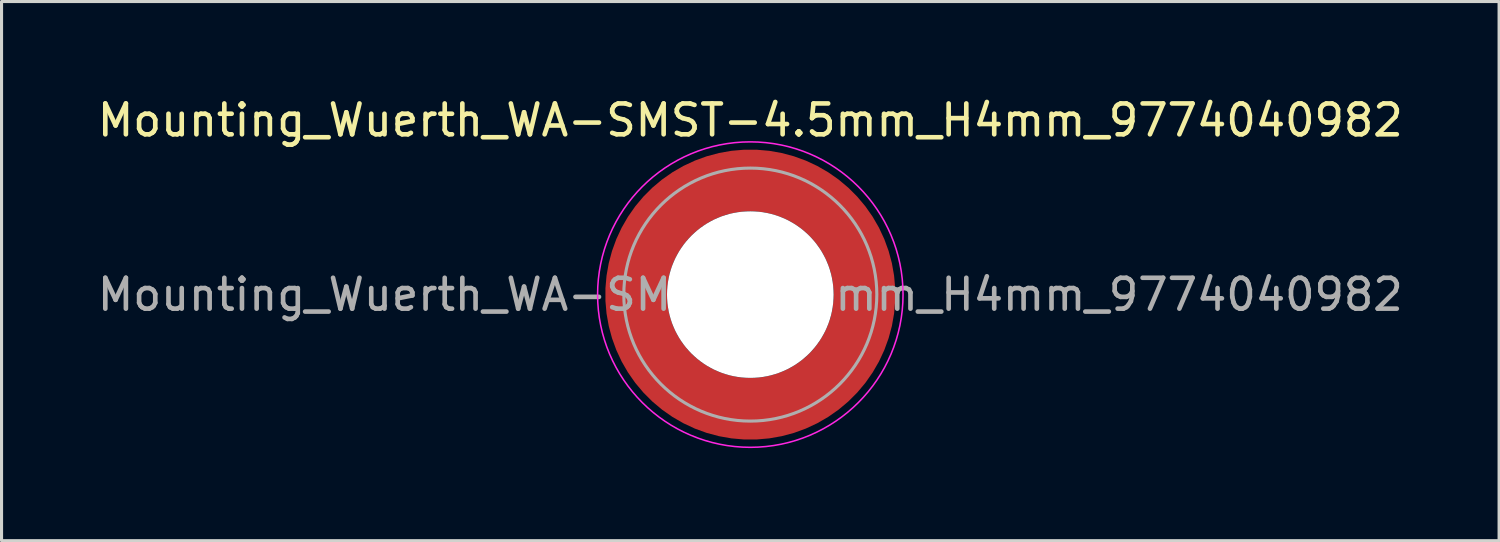
<source format=kicad_pcb>
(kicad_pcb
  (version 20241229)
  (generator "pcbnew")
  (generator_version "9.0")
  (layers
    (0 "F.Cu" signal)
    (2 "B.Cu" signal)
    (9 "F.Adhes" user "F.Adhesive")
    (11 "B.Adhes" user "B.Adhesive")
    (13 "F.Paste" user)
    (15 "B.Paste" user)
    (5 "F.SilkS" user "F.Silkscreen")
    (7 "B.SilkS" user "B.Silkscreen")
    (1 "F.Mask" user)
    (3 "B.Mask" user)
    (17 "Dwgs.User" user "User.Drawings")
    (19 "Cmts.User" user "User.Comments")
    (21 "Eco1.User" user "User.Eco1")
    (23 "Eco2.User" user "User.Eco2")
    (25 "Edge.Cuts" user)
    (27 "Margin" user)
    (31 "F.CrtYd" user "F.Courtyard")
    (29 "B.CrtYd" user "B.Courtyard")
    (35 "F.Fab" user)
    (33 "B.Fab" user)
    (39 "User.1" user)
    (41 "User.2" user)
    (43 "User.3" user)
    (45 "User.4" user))
  (footprint "Mounting_Wuerth_WA-SMST-4.5mm_H4mm_9774040982"
    (layer "F.Cu")
    (at 21.268 6.498)
    (property "Reference" "Mounting_Wuerth_WA-SMST-4.5mm_H4mm_9774040982" (at 0 -5.65 0) (layer "F.SilkS") (effects (font (size 1 1) (thickness 0.15))))
    (property "Mouser Part no." "" (at 0 0 0) (layer "F.Fab") (effects (font (size 1.27 1.27) (thickness 0.15))))
    (property "Mouser link" "" (at 0 0 0) (layer "F.Fab") (effects (font (size 1.27 1.27) (thickness 0.15))))
    (attr smd)
    (fp_circle (center 0 0) (end 4.95 0) (stroke (width 0.05) (type solid)) (fill no) (layer "F.CrtYd"))
    (fp_circle (center 0 0) (end 4.1 0) (stroke (width 0.1) (type solid)) (fill no) (layer "F.Fab"))
    (fp_text user "${REFERENCE}" (at 0 0 0) (layer "F.Fab") (effects (font (size 1 1) (thickness 0.15))))
    (pad "" smd custom (at -2.607 -2.607) (size 1.495 1.495) (layers "F.Paste") (options (anchor circle)) (primitives (gr_arc (start -0.188183 2.107456) (mid 0.598928 0.599619) (end 2.106494 -0.188011) (width 0.2)) (gr_arc (start -0.289416 2.107456) (mid 0.528508 0.529033) (end 2.106724 -0.28929) (width 0.2)) (gr_arc (start -0.390547 2.107456) (mid 0.457087 0.459449) (end 2.104161 -0.389996) (width 0.2)) (gr_arc (start -0.491585 2.107456) (mid 0.386415 0.389116) (end 2.103685 -0.490974) (width 0.2)) (gr_arc (start -0.59254 2.107456) (mid 0.31649 0.318035) (end 2.105297 -0.592202) (width 0.2)) (gr_arc (start -0.693419 2.107456) (mid 0.245252 0.248268) (end 2.103239 -0.692777) (width 0.2)) (gr_arc (start -0.794229 2.107456) (mid 0.174636 0.177878) (end 2.102921 -0.793559) (width 0.2)) (gr_arc (start -0.894975 2.107456) (mid 0.104643 0.106866) (end 2.104343 -0.894529) (width 0.2)) (gr_arc (start -0.995664 2.107456) (mid 0.033026 0.037479) (end 2.101219 -0.994793) (width 0.2)) (gr_arc (start -1.0963 2.107456) (mid -0.035789 -0.034714) (end 2.105949 -1.096096) (width 0.2)) (gr_arc (start -1.196886 2.107456) (mid -0.106351 -0.105157) (end 2.105783 -1.196666) (width 0.2)) (gr_arc (start -1.297427 2.107456) (mid -0.176416 -0.176097) (end 2.107009 -1.29737) (width 0.2)) (gr_arc (start -1.397927 2.107456) (mid -0.248476 -0.245042) (end 2.102638 -1.397323) (width 0.2)) (gr_arc (start -1.498388 2.107456) (mid -0.317612 -0.316913) (end 2.106475 -1.498268) (width 0.2)) (gr_arc (start -1.598813 2.107456) (mid -0.388865 -0.386665) (end 2.104366 -1.598444) (width 0.2)) (gr_arc (start -1.699204 2.107456) (mid -0.459747 -0.456787) (end 2.103299 -1.698719) (width 0.2)) (gr_arc (start -1.799565 2.107456) (mid -0.530257 -0.527283) (end 2.103277 -1.799089) (width 0.2)) (gr_arc (start -1.899896 2.107456) (mid -0.600396 -0.59815) (end 2.104299 -1.899545) (width 0.2)) (gr_arc (start -1.899896 2.107456) (mid -0.600396 -0.59815) (end 2.104299 -1.899545) (width 0.2)) (gr_line (start 2.107 -0.188) (end 2.107 -1.9) (width 0.2)) (gr_line (start -0.188 2.107) (end -1.9 2.107) (width 0.2))))
    (pad "" smd custom (at -2.607 2.607) (size 1.495 1.495) (layers "F.Paste") (options (anchor circle)) (primitives (gr_arc (start 2.107456 0.188183) (mid 0.599619 -0.598928) (end -0.188011 -2.106494) (width 0.2)) (gr_arc (start 2.107456 0.289416) (mid 0.529033 -0.528508) (end -0.28929 -2.106724) (width 0.2)) (gr_arc (start 2.107456 0.390547) (mid 0.459449 -0.457087) (end -0.389996 -2.104161) (width 0.2)) (gr_arc (start 2.107456 0.491585) (mid 0.389116 -0.386415) (end -0.490974 -2.103685) (width 0.2)) (gr_arc (start 2.107456 0.59254) (mid 0.318035 -0.31649) (end -0.592202 -2.105297) (width 0.2)) (gr_arc (start 2.107456 0.693419) (mid 0.248268 -0.245252) (end -0.692777 -2.103239) (width 0.2)) (gr_arc (start 2.107456 0.794229) (mid 0.177878 -0.174636) (end -0.793559 -2.102921) (width 0.2)) (gr_arc (start 2.107456 0.894975) (mid 0.106866 -0.104643) (end -0.894529 -2.104343) (width 0.2)) (gr_arc (start 2.107456 0.995664) (mid 0.037479 -0.033026) (end -0.994793 -2.101219) (width 0.2)) (gr_arc (start 2.107456 1.0963) (mid -0.034714 0.035789) (end -1.096096 -2.105949) (width 0.2)) (gr_arc (start 2.107456 1.196886) (mid -0.105157 0.106351) (end -1.196666 -2.105783) (width 0.2)) (gr_arc (start 2.107456 1.297427) (mid -0.176097 0.176416) (end -1.29737 -2.107009) (width 0.2)) (gr_arc (start 2.107456 1.397927) (mid -0.245042 0.248476) (end -1.397323 -2.102638) (width 0.2)) (gr_arc (start 2.107456 1.498388) (mid -0.316913 0.317612) (end -1.498268 -2.106475) (width 0.2)) (gr_arc (start 2.107456 1.598813) (mid -0.386665 0.388865) (end -1.598444 -2.104366) (width 0.2)) (gr_arc (start 2.107456 1.699204) (mid -0.456787 0.459747) (end -1.698719 -2.103299) (width 0.2)) (gr_arc (start 2.107456 1.799565) (mid -0.527283 0.530257) (end -1.799089 -2.103277) (width 0.2)) (gr_arc (start 2.107456 1.899896) (mid -0.59815 0.600396) (end -1.899545 -2.104299) (width 0.2)) (gr_arc (start 2.107456 1.899896) (mid -0.59815 0.600396) (end -1.899545 -2.104299) (width 0.2)) (gr_line (start -0.188 -2.107) (end -1.9 -2.107) (width 0.2)) (gr_line (start 2.107 0.188) (end 2.107 1.9) (width 0.2))))
    (pad "" np_thru_hole circle (at 0 0) (size 5.4 5.4) (drill 5.4) (layers "*.Cu" "*.Mask"))
    (pad "" smd custom (at 2.607 -2.607) (size 1.495 1.495) (layers "F.Paste") (options (anchor circle)) (primitives (gr_arc (start -2.107456 -0.188183) (mid -0.599619 0.598928) (end 0.188011 2.106494) (width 0.2)) (gr_arc (start -2.107456 -0.289416) (mid -0.529033 0.528508) (end 0.28929 2.106724) (width 0.2)) (gr_arc (start -2.107456 -0.390547) (mid -0.459449 0.457087) (end 0.389996 2.104161) (width 0.2)) (gr_arc (start -2.107456 -0.491585) (mid -0.389116 0.386415) (end 0.490974 2.103685) (width 0.2)) (gr_arc (start -2.107456 -0.59254) (mid -0.318035 0.31649) (end 0.592202 2.105297) (width 0.2)) (gr_arc (start -2.107456 -0.693419) (mid -0.248268 0.245252) (end 0.692777 2.103239) (width 0.2)) (gr_arc (start -2.107456 -0.794229) (mid -0.177878 0.174636) (end 0.793559 2.102921) (width 0.2)) (gr_arc (start -2.107456 -0.894975) (mid -0.106866 0.104643) (end 0.894529 2.104343) (width 0.2)) (gr_arc (start -2.107456 -0.995664) (mid -0.037479 0.033026) (end 0.994793 2.101219) (width 0.2)) (gr_arc (start -2.107456 -1.0963) (mid 0.034714 -0.035789) (end 1.096096 2.105949) (width 0.2)) (gr_arc (start -2.107456 -1.196886) (mid 0.105157 -0.106351) (end 1.196666 2.105783) (width 0.2)) (gr_arc (start -2.107456 -1.297427) (mid 0.176097 -0.176416) (end 1.29737 2.107009) (width 0.2)) (gr_arc (start -2.107456 -1.397927) (mid 0.245042 -0.248476) (end 1.397323 2.102638) (width 0.2)) (gr_arc (start -2.107456 -1.498388) (mid 0.316913 -0.317612) (end 1.498268 2.106475) (width 0.2)) (gr_arc (start -2.107456 -1.598813) (mid 0.386665 -0.388865) (end 1.598444 2.104366) (width 0.2)) (gr_arc (start -2.107456 -1.699204) (mid 0.456787 -0.459747) (end 1.698719 2.103299) (width 0.2)) (gr_arc (start -2.107456 -1.799565) (mid 0.527283 -0.530257) (end 1.799089 2.103277) (width 0.2)) (gr_arc (start -2.107456 -1.899896) (mid 0.59815 -0.600396) (end 1.899545 2.104299) (width 0.2)) (gr_arc (start -2.107456 -1.899896) (mid 0.59815 -0.600396) (end 1.899545 2.104299) (width 0.2)) (gr_line (start 0.188 2.107) (end 1.9 2.107) (width 0.2)) (gr_line (start -2.107 -0.188) (end -2.107 -1.9) (width 0.2))))
    (pad "" smd custom (at 2.607 2.607) (size 1.495 1.495) (layers "F.Paste") (options (anchor circle)) (primitives (gr_arc (start 0.188183 -2.107456) (mid -0.598928 -0.599619) (end -2.106494 0.188011) (width 0.2)) (gr_arc (start 0.289416 -2.107456) (mid -0.528508 -0.529033) (end -2.106724 0.28929) (width 0.2)) (gr_arc (start 0.390547 -2.107456) (mid -0.457087 -0.459449) (end -2.104161 0.389996) (width 0.2)) (gr_arc (start 0.491585 -2.107456) (mid -0.386415 -0.389116) (end -2.103685 0.490974) (width 0.2)) (gr_arc (start 0.59254 -2.107456) (mid -0.31649 -0.318035) (end -2.105297 0.592202) (width 0.2)) (gr_arc (start 0.693419 -2.107456) (mid -0.245252 -0.248268) (end -2.103239 0.692777) (width 0.2)) (gr_arc (start 0.794229 -2.107456) (mid -0.174636 -0.177878) (end -2.102921 0.793559) (width 0.2)) (gr_arc (start 0.894975 -2.107456) (mid -0.104643 -0.106866) (end -2.104343 0.894529) (width 0.2)) (gr_arc (start 0.995664 -2.107456) (mid -0.033026 -0.037479) (end -2.101219 0.994793) (width 0.2)) (gr_arc (start 1.0963 -2.107456) (mid 0.035789 0.034714) (end -2.105949 1.096096) (width 0.2)) (gr_arc (start 1.196886 -2.107456) (mid 0.106351 0.105157) (end -2.105783 1.196666) (width 0.2)) (gr_arc (start 1.297427 -2.107456) (mid 0.176416 0.176097) (end -2.107009 1.29737) (width 0.2)) (gr_arc (start 1.397927 -2.107456) (mid 0.248476 0.245042) (end -2.102638 1.397323) (width 0.2)) (gr_arc (start 1.498388 -2.107456) (mid 0.317612 0.316913) (end -2.106475 1.498268) (width 0.2)) (gr_arc (start 1.598813 -2.107456) (mid 0.388865 0.386665) (end -2.104366 1.598444) (width 0.2)) (gr_arc (start 1.699204 -2.107456) (mid 0.459747 0.456787) (end -2.103299 1.698719) (width 0.2)) (gr_arc (start 1.799565 -2.107456) (mid 0.530257 0.527283) (end -2.103277 1.799089) (width 0.2)) (gr_arc (start 1.899896 -2.107456) (mid 0.600396 0.59815) (end -2.104299 1.899545) (width 0.2)) (gr_arc (start 1.899896 -2.107456) (mid 0.600396 0.59815) (end -2.104299 1.899545) (width 0.2)) (gr_line (start -2.107 0.188) (end -2.107 1.9) (width 0.2)) (gr_line (start 0.188 -2.107) (end 1.9 -2.107) (width 0.2))))
    (pad "1" smd circle (at -3.7 0) (size 1.6 1.6) (layers "F.Cu"))
    (pad "1" smd circle (at 0 -3.7) (size 1.6 1.6) (layers "F.Cu"))
    (pad "1" smd circle (at 0 3.7) (size 1.6 1.6) (layers "F.Cu"))
    (pad "1" smd custom (at 3.7 0) (size 1.6 1.6) (layers "F.Cu" "F.Mask") (options (anchor circle)) (primitives (gr_circle (center -3.7 0) (end 0 0) (width 2) (fill no)))))
  (gr_rect
    (start -3 -3)
    (end 45.536 14.473)
    (stroke (width 0.1) (type default))
    (fill no)
    (layer "Edge.Cuts")))
</source>
